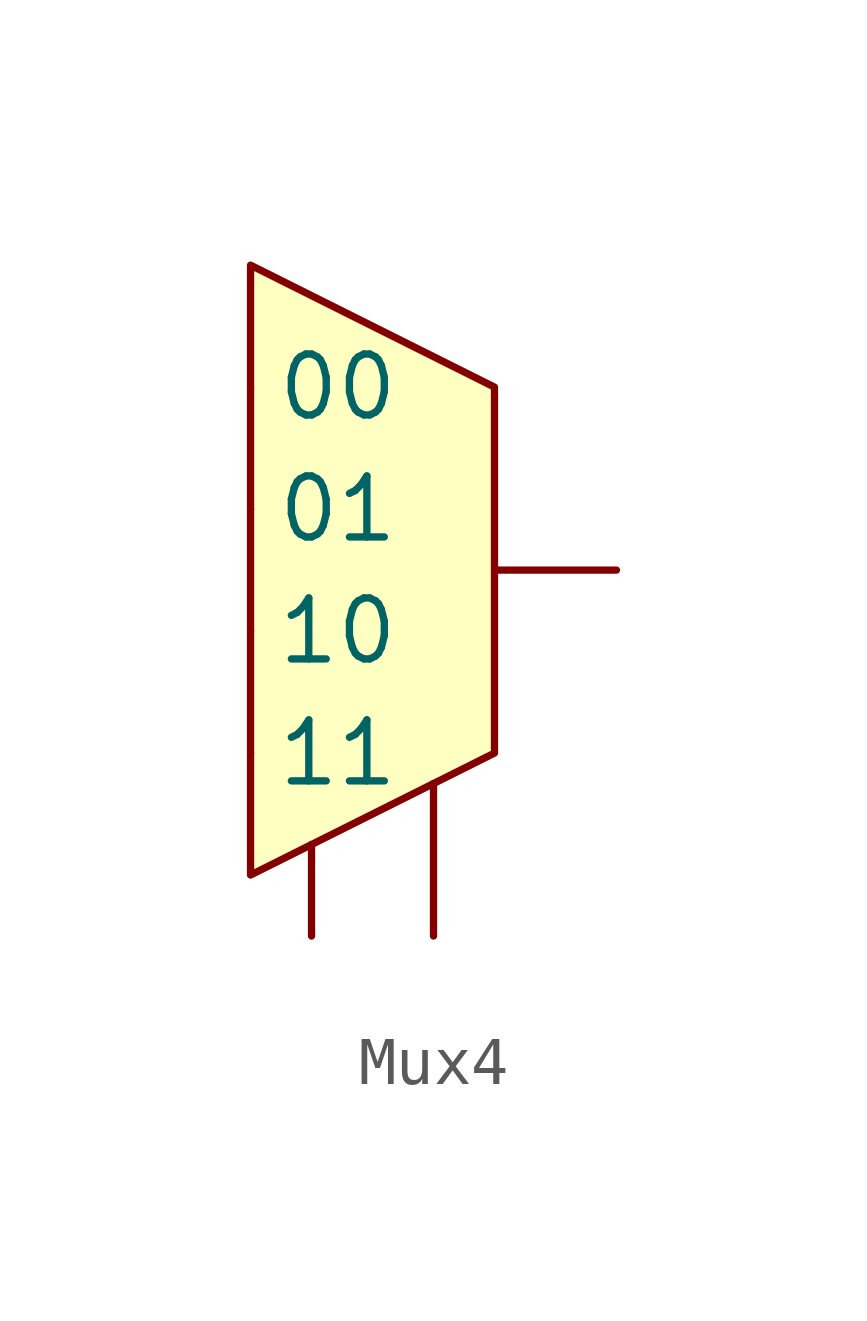
<source format=kicad_sym>
(kicad_symbol_lib
  (version 20211014)
  (generator kicad_symbol_editor)
  (symbol "Mux4"
    (property "Reference" "U"
      (at 0 -8.89 0)
      (effects (font (size 1.27 1.27)) hide))
    (symbol "Mux4_0_1"
      (polyline (pts (xy -2.54 6.35) (xy -2.54 -6.35) (xy 2.54 -3.81) (xy 2.54 3.81) (xy -2.54 6.35)) (stroke (width 0.152) (type default) (color 0 0 0 0)) (fill (type background))))
    (symbol "Mux4_1_1"
      (pin input line (at -1.27 -7.62 90) (length 1.905) (name "" (effects (font (size 1.27 1.27)))) (number "" (effects (font (size 1.27 1.27)))))
      (pin input line (at 1.27 -7.62 90) (length 3.175) (name "" (effects (font (size 1.27 1.27)))) (number "" (effects (font (size 1.27 1.27)))))
      (pin input line (at -2.54 3.81 0) (length 0) (name "00" (effects (font (size 1.27 1.27)))) (number "" (effects (font (size 1.27 1.27)))))
      (pin input line (at -2.54 1.27 0) (length 0) (name "01" (effects (font (size 1.27 1.27)))) (number "" (effects (font (size 1.27 1.27)))))
      (pin input line (at -2.54 -1.27 0) (length 0) (name "10" (effects (font (size 1.27 1.27)))) (number "" (effects (font (size 1.27 1.27)))))
      (pin input line (at -2.54 -3.81 0) (length 0) (name "11" (effects (font (size 1.27 1.27)))) (number "" (effects (font (size 1.27 1.27)))))
      (pin output line (at 5.08 0 180) (length 2.54) (name "~" (effects (font (size 1.27 1.27)))) (number "" (effects (font (size 1.27 1.27))))))))
</source>
